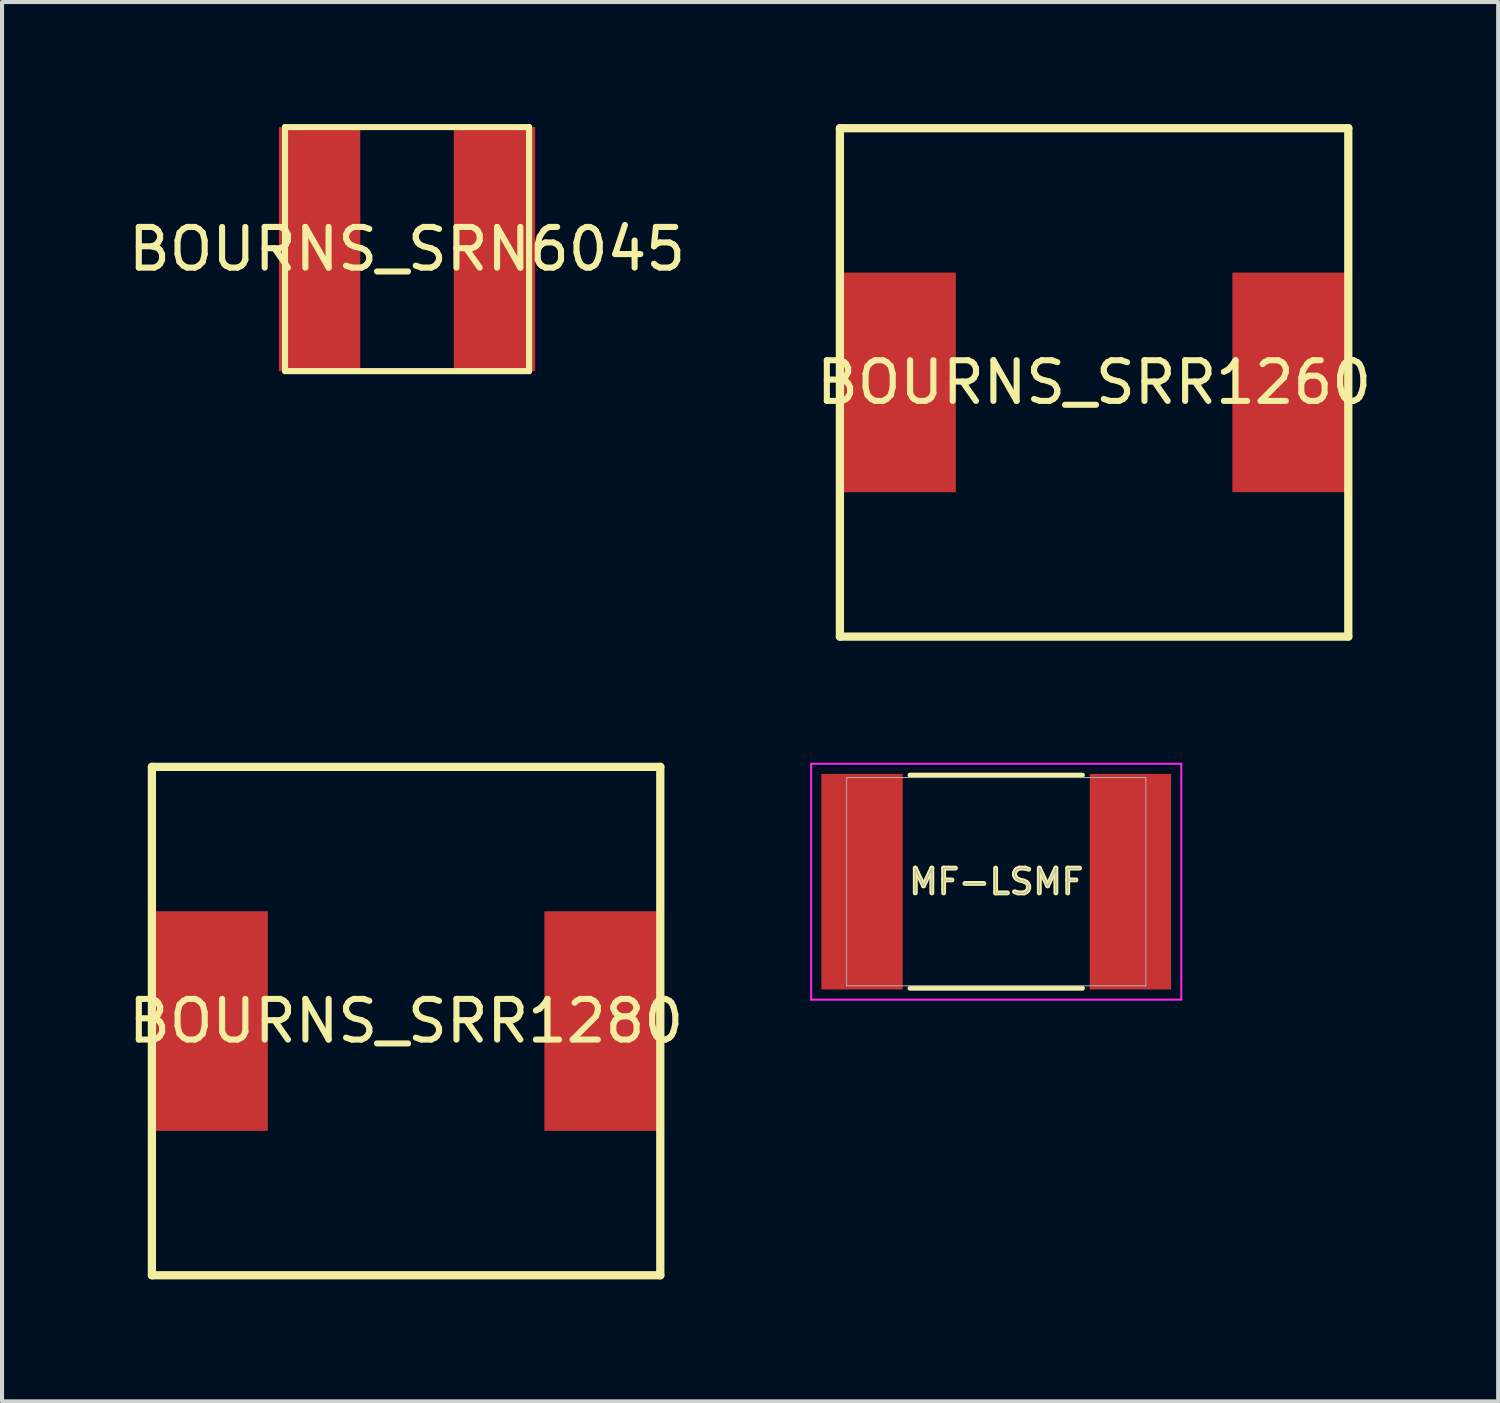
<source format=kicad_pcb>
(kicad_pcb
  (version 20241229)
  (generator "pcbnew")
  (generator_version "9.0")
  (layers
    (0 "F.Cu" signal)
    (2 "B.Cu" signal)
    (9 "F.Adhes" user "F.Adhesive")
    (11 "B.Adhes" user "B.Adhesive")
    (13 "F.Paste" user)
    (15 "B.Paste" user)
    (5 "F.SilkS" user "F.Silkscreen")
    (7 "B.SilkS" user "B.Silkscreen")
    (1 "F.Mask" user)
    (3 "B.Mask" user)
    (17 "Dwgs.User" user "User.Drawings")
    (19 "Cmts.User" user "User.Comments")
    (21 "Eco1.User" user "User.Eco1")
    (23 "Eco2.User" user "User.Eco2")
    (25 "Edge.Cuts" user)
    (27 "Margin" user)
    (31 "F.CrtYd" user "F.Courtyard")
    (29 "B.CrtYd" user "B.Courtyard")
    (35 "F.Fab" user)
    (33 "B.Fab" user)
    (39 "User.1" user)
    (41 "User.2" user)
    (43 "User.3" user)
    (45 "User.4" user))
  (footprint "BOURNS_SRR1260"
    (layer "F.Cu")
    (at 23.851 6.352)
    (property "Reference" "BOURNS_SRR1260" (at 0 0 0) (layer "F.SilkS") (effects (font (size 1 1) (thickness 0.15))))
    (attr through_hole)
    (fp_line (start -6.25 -6.25) (end 6.25 -6.25) (stroke (width 0.203) (type solid)) (layer "F.SilkS"))
    (fp_line (start -6.25 6.25) (end -6.25 -6.25) (stroke (width 0.203) (type solid)) (layer "F.SilkS"))
    (fp_line (start 6.25 -6.25) (end 6.25 6.25) (stroke (width 0.203) (type solid)) (layer "F.SilkS"))
    (fp_line (start 6.25 6.25) (end -6.25 6.25) (stroke (width 0.203) (type solid)) (layer "F.SilkS"))
    (pad "1" smd rect (at -4.85 0) (size 2.9 5.4) (layers "F.Cu" "F.Mask" "F.Paste"))
    (pad "2" smd rect (at 4.85 0) (size 2.9 5.4) (layers "F.Cu" "F.Mask" "F.Paste")))
  (footprint "MF-LSMF"
    (layer "F.Cu")
    (at 21.444 18.628)
    (property "Reference" "MF-LSMF" (at 0 0 0) (layer "F.SilkS") (effects (font (size 0.61 0.61) (thickness 0.12))))
    (attr smd)
    (fp_line (start -2.12 2.62) (end 2.12 2.62) (stroke (width 0.12) (type solid)) (layer "F.SilkS"))
    (fp_line (start 2.12 -2.62) (end -2.12 -2.62) (stroke (width 0.12) (type solid)) (layer "F.SilkS"))
    (fp_line (start -4.55 -2.9) (end 4.55 -2.9) (stroke (width 0.05) (type solid)) (layer "F.CrtYd"))
    (fp_line (start -4.55 2.9) (end -4.55 -2.9) (stroke (width 0.05) (type solid)) (layer "F.CrtYd"))
    (fp_line (start 4.55 -2.9) (end 4.55 2.9) (stroke (width 0.05) (type solid)) (layer "F.CrtYd"))
    (fp_line (start 4.55 2.9) (end -4.55 2.9) (stroke (width 0.05) (type solid)) (layer "F.CrtYd"))
    (fp_line (start -3.678 -2.56) (end 3.678 -2.56) (stroke (width 0.025) (type solid)) (layer "F.Fab"))
    (fp_line (start -3.678 2.56) (end -3.678 -2.56) (stroke (width 0.025) (type solid)) (layer "F.Fab"))
    (fp_line (start 3.678 -2.56) (end 3.678 2.56) (stroke (width 0.025) (type solid)) (layer "F.Fab"))
    (fp_line (start 3.678 2.56) (end -3.678 2.56) (stroke (width 0.025) (type solid)) (layer "F.Fab"))
    (fp_text user "${REFERENCE}" (at 0 0 0) (layer "F.Fab") (effects (font (size 0.61 0.61) (thickness 0.025))))
    (pad "1" smd rect (at -3.3 0) (size 2 5.3) (layers "F.Cu" "F.Mask" "F.Paste"))
    (pad "2" smd rect (at 3.3 0) (size 2 5.3) (layers "F.Cu" "F.Mask" "F.Paste")))
  (footprint "BOURNS_SRR1280"
    (layer "F.Cu")
    (at 6.935 22.055)
    (property "Reference" "BOURNS_SRR1280" (at 0 0 0) (layer "F.SilkS") (effects (font (size 1 1) (thickness 0.15))))
    (attr through_hole)
    (fp_line (start -6.25 -6.25) (end 6.25 -6.25) (stroke (width 0.203) (type solid)) (layer "F.SilkS"))
    (fp_line (start -6.25 6.25) (end -6.25 -6.25) (stroke (width 0.203) (type solid)) (layer "F.SilkS"))
    (fp_line (start 6.25 -6.25) (end 6.25 6.25) (stroke (width 0.203) (type solid)) (layer "F.SilkS"))
    (fp_line (start 6.25 6.25) (end -6.25 6.25) (stroke (width 0.203) (type solid)) (layer "F.SilkS"))
    (pad "1" smd rect (at -4.85 0) (size 2.9 5.4) (layers "F.Cu" "F.Mask" "F.Paste"))
    (pad "2" smd rect (at 4.85 0) (size 2.9 5.4) (layers "F.Cu" "F.Mask" "F.Paste")))
  (footprint "BOURNS_SRN6045"
    (layer "F.Cu")
    (at 6.958 3.075)
    (property "Reference" "BOURNS_SRN6045" (at 0 0 0) (layer "F.SilkS") (effects (font (size 1 1) (thickness 0.15))))
    (attr through_hole)
    (fp_line (start -3 -3) (end 3 -3) (stroke (width 0.15) (type solid)) (layer "F.SilkS"))
    (fp_line (start -3 3) (end -3 -3) (stroke (width 0.15) (type solid)) (layer "F.SilkS"))
    (fp_line (start 3 -3) (end 3 3) (stroke (width 0.15) (type solid)) (layer "F.SilkS"))
    (fp_line (start 3 3) (end -3 3) (stroke (width 0.15) (type solid)) (layer "F.SilkS"))
    (pad "1" smd rect (at -2.15 0) (size 2 6) (layers "F.Cu" "F.Mask" "F.Paste"))
    (pad "2" smd rect (at 2.15 0) (size 2 6) (layers "F.Cu" "F.Mask" "F.Paste")))
  (gr_rect
    (start -3 -3)
    (end 33.786 31.406)
    (stroke (width 0.1) (type default))
    (fill no)
    (layer "Edge.Cuts")))
</source>
